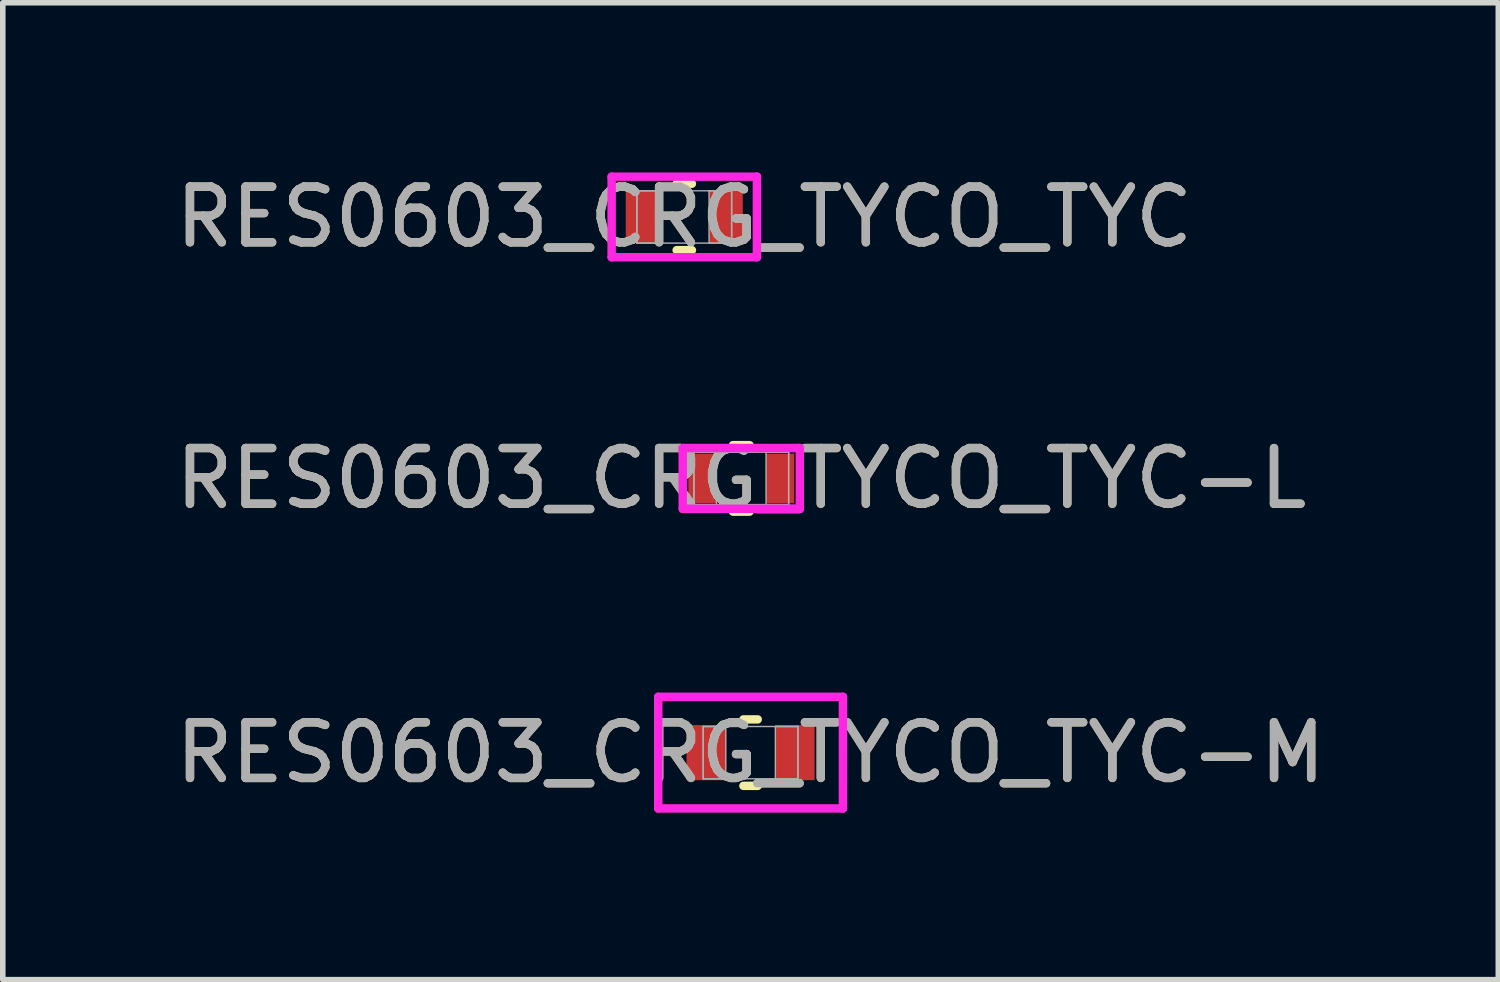
<source format=kicad_pcb>
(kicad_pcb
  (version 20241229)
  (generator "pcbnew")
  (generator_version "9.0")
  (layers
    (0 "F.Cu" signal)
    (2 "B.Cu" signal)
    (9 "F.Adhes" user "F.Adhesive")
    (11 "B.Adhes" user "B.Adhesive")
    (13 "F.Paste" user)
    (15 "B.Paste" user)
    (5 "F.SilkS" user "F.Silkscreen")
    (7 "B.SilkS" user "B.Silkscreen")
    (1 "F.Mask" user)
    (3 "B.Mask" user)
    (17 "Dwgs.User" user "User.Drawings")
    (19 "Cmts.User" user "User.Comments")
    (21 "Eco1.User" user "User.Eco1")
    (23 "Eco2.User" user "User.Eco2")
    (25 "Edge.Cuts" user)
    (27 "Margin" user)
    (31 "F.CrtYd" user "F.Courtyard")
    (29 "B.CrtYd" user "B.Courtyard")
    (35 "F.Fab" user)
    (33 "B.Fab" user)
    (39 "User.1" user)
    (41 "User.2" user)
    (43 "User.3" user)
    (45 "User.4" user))
  (footprint "RES0603_CRG_TYCO_TYC-L"
    (layer "F.Cu")
    (at 10.268 5.545)
    (property "Reference" "RES0603_CRG_TYCO_TYC-L" (at 0 0 0) (unlocked yes) (layer "F.SilkS") (effects (font (size 1 1) (thickness 0.15))))
    (attr smd)
    (fp_line (start -0.149 0.597) (end 0.149 0.597) (stroke (width 0.152) (type solid)) (layer "F.SilkS"))
    (fp_line (start 0.149 -0.597) (end -0.149 -0.597) (stroke (width 0.152) (type solid)) (layer "F.SilkS"))
    (fp_line (start -1.052 -0.546) (end 1.052 -0.546) (stroke (width 0.152) (type solid)) (layer "F.CrtYd"))
    (fp_line (start -1.052 0.546) (end -1.052 -0.546) (stroke (width 0.152) (type solid)) (layer "F.CrtYd"))
    (fp_line (start 1.052 -0.546) (end 1.052 0.546) (stroke (width 0.152) (type solid)) (layer "F.CrtYd"))
    (fp_line (start 1.052 0.546) (end -1.052 0.546) (stroke (width 0.152) (type solid)) (layer "F.CrtYd"))
    (fp_line (start -0.851 -0.47) (end -0.851 0.47) (stroke (width 0.025) (type solid)) (layer "F.Fab"))
    (fp_line (start -0.851 -0.47) (end -0.851 0.47) (stroke (width 0.025) (type solid)) (layer "F.Fab"))
    (fp_line (start -0.851 0.47) (end -0.445 0.47) (stroke (width 0.025) (type solid)) (layer "F.Fab"))
    (fp_line (start -0.851 0.47) (end 0.851 0.47) (stroke (width 0.025) (type solid)) (layer "F.Fab"))
    (fp_line (start -0.445 -0.47) (end -0.851 -0.47) (stroke (width 0.025) (type solid)) (layer "F.Fab"))
    (fp_line (start -0.445 0.47) (end -0.445 -0.47) (stroke (width 0.025) (type solid)) (layer "F.Fab"))
    (fp_line (start 0.445 -0.47) (end 0.445 0.47) (stroke (width 0.025) (type solid)) (layer "F.Fab"))
    (fp_line (start 0.445 0.47) (end 0.851 0.47) (stroke (width 0.025) (type solid)) (layer "F.Fab"))
    (fp_line (start 0.851 -0.47) (end -0.851 -0.47) (stroke (width 0.025) (type solid)) (layer "F.Fab"))
    (fp_line (start 0.851 -0.47) (end 0.445 -0.47) (stroke (width 0.025) (type solid)) (layer "F.Fab"))
    (fp_line (start 0.851 0.47) (end 0.851 -0.47) (stroke (width 0.025) (type solid)) (layer "F.Fab"))
    (fp_line (start 0.851 0.47) (end 0.851 -0.47) (stroke (width 0.025) (type solid)) (layer "F.Fab"))
    (fp_text user "${REFERENCE}" (at 0 0 0) (unlocked yes) (layer "F.Fab") (effects (font (size 1 1) (thickness 0.15))))
    (pad "1" smd rect (at -0.698 0) (size 0.506 0.89) (layers "F.Cu" "F.Mask" "F.Paste"))
    (pad "2" smd rect (at 0.698 0) (size 0.506 0.89) (layers "F.Cu" "F.Mask" "F.Paste"))
    (zone (net_name "") (layer "F.Cu") (hatch full 0.508) (connect_pads) (min_thickness 0.254) (filled_areas_thickness no) (keepout (tracks not_allowed) (vias not_allowed) (pads allowed) (copperpour not_allowed) (footprints allowed)) (placement (enabled no)) (fill) (polygon (pts (xy 9.874 5.126) (xy 10.662 5.126) (xy 10.662 5.964) (xy 9.874 5.964)))))
  (footprint "RES0603_CRG_TYCO_TYC"
    (layer "F.Cu")
    (at 9.244 0.848)
    (property "Reference" "RES0603_CRG_TYCO_TYC" (at 0 0 0) (unlocked yes) (layer "F.SilkS") (effects (font (size 1 1) (thickness 0.15))))
    (attr smd)
    (fp_line (start -0.137 0.597) (end 0.137 0.597) (stroke (width 0.152) (type solid)) (layer "F.SilkS"))
    (fp_line (start 0.137 -0.597) (end -0.137 -0.597) (stroke (width 0.152) (type solid)) (layer "F.SilkS"))
    (fp_line (start -1.305 -0.724) (end 1.305 -0.724) (stroke (width 0.152) (type solid)) (layer "F.CrtYd"))
    (fp_line (start -1.305 0.724) (end -1.305 -0.724) (stroke (width 0.152) (type solid)) (layer "F.CrtYd"))
    (fp_line (start 1.305 -0.724) (end 1.305 0.724) (stroke (width 0.152) (type solid)) (layer "F.CrtYd"))
    (fp_line (start 1.305 0.724) (end -1.305 0.724) (stroke (width 0.152) (type solid)) (layer "F.CrtYd"))
    (fp_line (start -0.851 -0.47) (end -0.851 0.47) (stroke (width 0.025) (type solid)) (layer "F.Fab"))
    (fp_line (start -0.851 -0.47) (end -0.851 0.47) (stroke (width 0.025) (type solid)) (layer "F.Fab"))
    (fp_line (start -0.851 0.47) (end -0.445 0.47) (stroke (width 0.025) (type solid)) (layer "F.Fab"))
    (fp_line (start -0.851 0.47) (end 0.851 0.47) (stroke (width 0.025) (type solid)) (layer "F.Fab"))
    (fp_line (start -0.445 -0.47) (end -0.851 -0.47) (stroke (width 0.025) (type solid)) (layer "F.Fab"))
    (fp_line (start -0.445 0.47) (end -0.445 -0.47) (stroke (width 0.025) (type solid)) (layer "F.Fab"))
    (fp_line (start 0.445 -0.47) (end 0.445 0.47) (stroke (width 0.025) (type solid)) (layer "F.Fab"))
    (fp_line (start 0.445 0.47) (end 0.851 0.47) (stroke (width 0.025) (type solid)) (layer "F.Fab"))
    (fp_line (start 0.851 -0.47) (end -0.851 -0.47) (stroke (width 0.025) (type solid)) (layer "F.Fab"))
    (fp_line (start 0.851 -0.47) (end 0.445 -0.47) (stroke (width 0.025) (type solid)) (layer "F.Fab"))
    (fp_line (start 0.851 0.47) (end 0.851 -0.47) (stroke (width 0.025) (type solid)) (layer "F.Fab"))
    (fp_line (start 0.851 0.47) (end 0.851 -0.47) (stroke (width 0.025) (type solid)) (layer "F.Fab"))
    (fp_text user "${REFERENCE}" (at 0 0 0) (unlocked yes) (layer "F.Fab") (effects (font (size 1 1) (thickness 0.15))))
    (pad "1" smd rect (at -0.748 0) (size 0.606 0.94) (layers "F.Cu" "F.Mask" "F.Paste"))
    (pad "2" smd rect (at 0.748 0) (size 0.606 0.94) (layers "F.Cu" "F.Mask" "F.Paste"))
    (zone (net_name "") (layer "F.Cu") (hatch full 0.508) (connect_pads) (min_thickness 0.254) (filled_areas_thickness no) (keepout (tracks not_allowed) (vias not_allowed) (pads allowed) (copperpour not_allowed) (footprints allowed)) (placement (enabled no)) (fill) (polygon (pts (xy 8.85 0.429) (xy 9.638 0.429) (xy 9.638 1.267) (xy 8.85 1.267)))))
  (footprint "RES0603_CRG_TYCO_TYC-M"
    (layer "F.Cu")
    (at 10.435 10.472)
    (property "Reference" "RES0603_CRG_TYCO_TYC-M" (at 0 0 0) (unlocked yes) (layer "F.SilkS") (effects (font (size 1 1) (thickness 0.15))))
    (attr smd)
    (fp_line (start -0.128 0.597) (end 0.128 0.597) (stroke (width 0.152) (type solid)) (layer "F.SilkS"))
    (fp_line (start 0.128 -0.597) (end -0.128 -0.597) (stroke (width 0.152) (type solid)) (layer "F.SilkS"))
    (fp_line (start -1.659 -1.003) (end 1.659 -1.003) (stroke (width 0.152) (type solid)) (layer "F.CrtYd"))
    (fp_line (start -1.659 1.003) (end -1.659 -1.003) (stroke (width 0.152) (type solid)) (layer "F.CrtYd"))
    (fp_line (start 1.659 -1.003) (end 1.659 1.003) (stroke (width 0.152) (type solid)) (layer "F.CrtYd"))
    (fp_line (start 1.659 1.003) (end -1.659 1.003) (stroke (width 0.152) (type solid)) (layer "F.CrtYd"))
    (fp_line (start -0.851 -0.47) (end -0.851 0.47) (stroke (width 0.025) (type solid)) (layer "F.Fab"))
    (fp_line (start -0.851 -0.47) (end -0.851 0.47) (stroke (width 0.025) (type solid)) (layer "F.Fab"))
    (fp_line (start -0.851 0.47) (end -0.445 0.47) (stroke (width 0.025) (type solid)) (layer "F.Fab"))
    (fp_line (start -0.851 0.47) (end 0.851 0.47) (stroke (width 0.025) (type solid)) (layer "F.Fab"))
    (fp_line (start -0.445 -0.47) (end -0.851 -0.47) (stroke (width 0.025) (type solid)) (layer "F.Fab"))
    (fp_line (start -0.445 0.47) (end -0.445 -0.47) (stroke (width 0.025) (type solid)) (layer "F.Fab"))
    (fp_line (start 0.445 -0.47) (end 0.445 0.47) (stroke (width 0.025) (type solid)) (layer "F.Fab"))
    (fp_line (start 0.445 0.47) (end 0.851 0.47) (stroke (width 0.025) (type solid)) (layer "F.Fab"))
    (fp_line (start 0.851 -0.47) (end -0.851 -0.47) (stroke (width 0.025) (type solid)) (layer "F.Fab"))
    (fp_line (start 0.851 -0.47) (end 0.445 -0.47) (stroke (width 0.025) (type solid)) (layer "F.Fab"))
    (fp_line (start 0.851 0.47) (end 0.851 -0.47) (stroke (width 0.025) (type solid)) (layer "F.Fab"))
    (fp_line (start 0.851 0.47) (end 0.851 -0.47) (stroke (width 0.025) (type solid)) (layer "F.Fab"))
    (fp_text user "${REFERENCE}" (at 0 0 0) (unlocked yes) (layer "F.Fab") (effects (font (size 1 1) (thickness 0.15))))
    (pad "1" smd rect (at -0.798 0) (size 0.706 0.99) (layers "F.Cu" "F.Mask" "F.Paste"))
    (pad "2" smd rect (at 0.798 0) (size 0.706 0.99) (layers "F.Cu" "F.Mask" "F.Paste"))
    (zone (net_name "") (layer "F.Cu") (hatch full 0.508) (connect_pads) (min_thickness 0.254) (filled_areas_thickness no) (keepout (tracks not_allowed) (vias not_allowed) (pads allowed) (copperpour not_allowed) (footprints allowed)) (placement (enabled no)) (fill) (polygon (pts (xy 10.041 10.053) (xy 10.828 10.053) (xy 10.828 10.891) (xy 10.041 10.891)))))
  (gr_rect
    (start -3 -3)
    (end 23.869 14.551)
    (stroke (width 0.1) (type default))
    (fill no)
    (layer "Edge.Cuts")))
</source>
